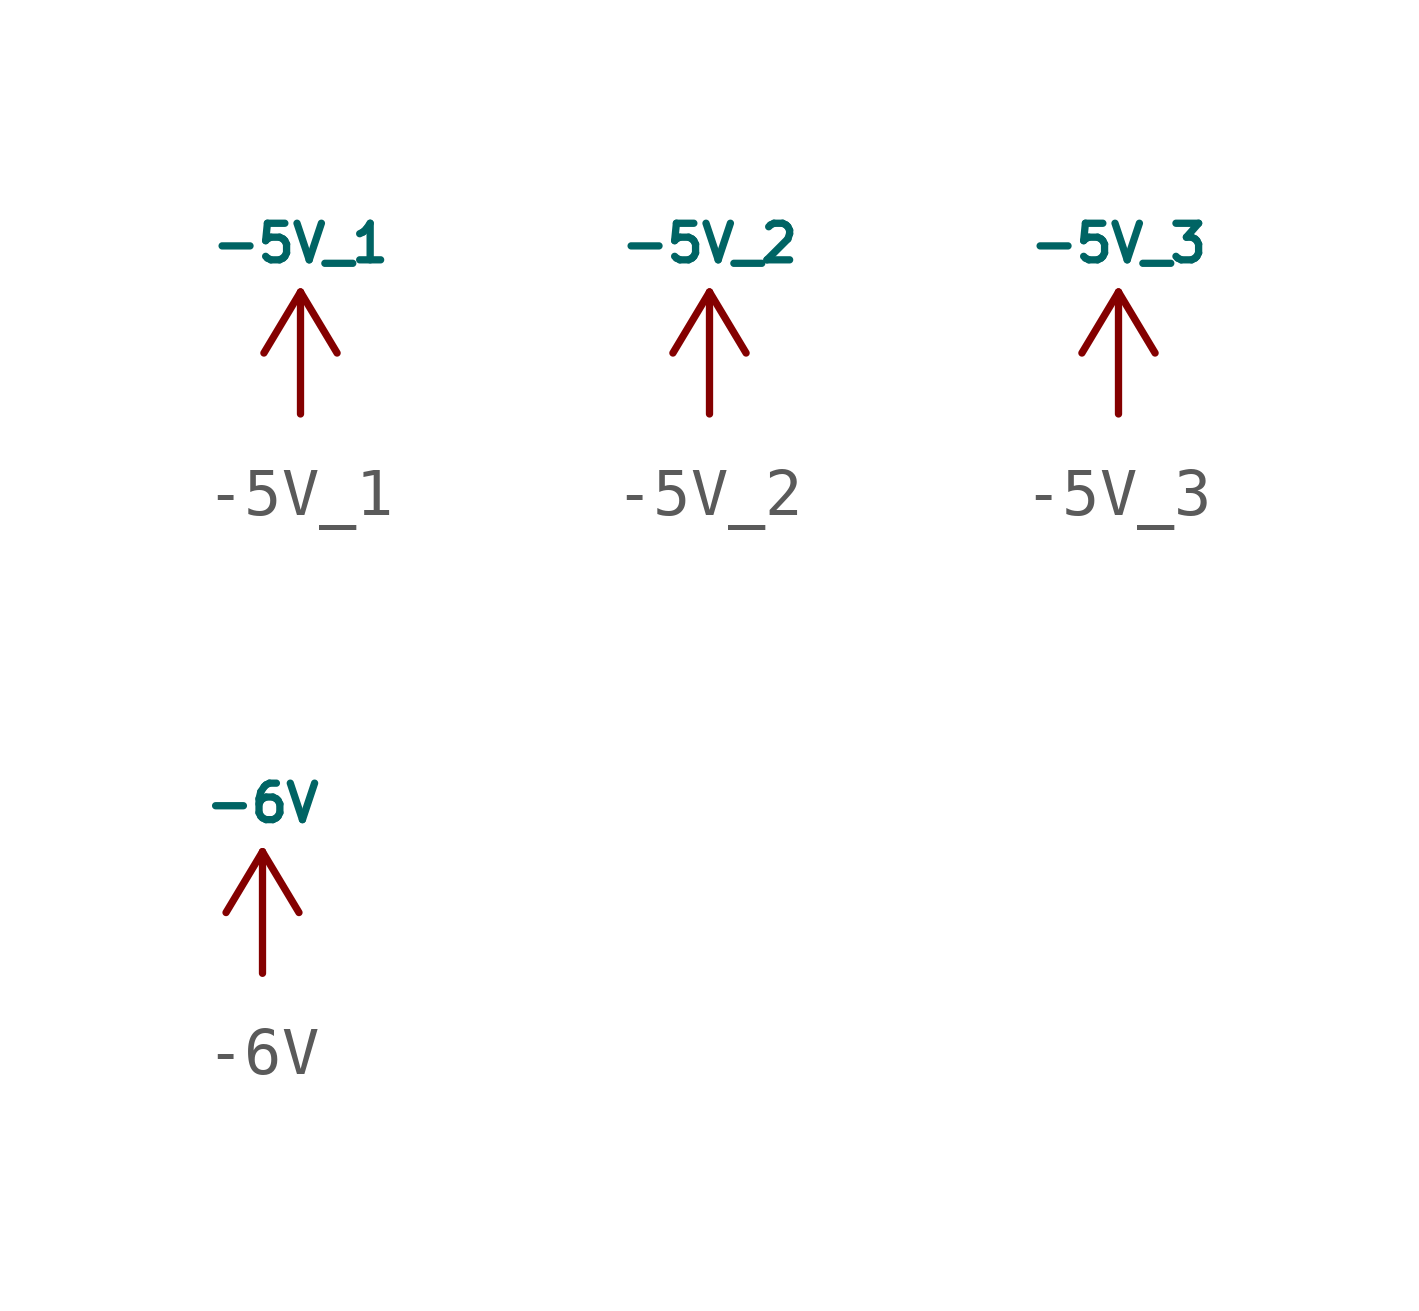
<source format=kicad_sym>
(kicad_symbol_lib
  (version 20210619)
  (generator kicad_symbol_editor)
  (symbol "Bobs_Power_Ports:-5V_1"
    (power)
    (pin_names
      (offset 0))
    (property "Reference" "#PWR"
      (at 0 -3.81 0)
      (effects (font (size 1.27 1.27)) hide))
    (property "Value" "-5V_1"
      (at 0 3.556 0)
      (effects (font (size 0.762 0.762))))
    (symbol "-5V_1_0_1"
      (polyline (pts (xy -0.762 1.27) (xy 0 2.54)) (stroke (width 0)) (fill (type none)))
      (polyline (pts (xy 0 0) (xy 0 2.54)) (stroke (width 0)) (fill (type none)))
      (polyline (pts (xy 0 2.54) (xy 0.762 1.27)) (stroke (width 0)) (fill (type none))))
    (symbol "-5V_1_1_1"
      (pin power_in line (at 0 0 90) (length 0) hide (name "-5V_1" (effects (font (size 0.762 0.762)))) (number "1" (effects (font (size 0.762 0.762)))))))
  (symbol "Bobs_Power_Ports:-5V_2"
    (power)
    (pin_names
      (offset 0))
    (property "Reference" "#PWR"
      (at 0 -3.81 0)
      (effects (font (size 1.27 1.27)) hide))
    (property "Value" "-5V_2"
      (at 0 3.556 0)
      (effects (font (size 0.762 0.762))))
    (symbol "-5V_2_0_1"
      (polyline (pts (xy -0.762 1.27) (xy 0 2.54)) (stroke (width 0)) (fill (type none)))
      (polyline (pts (xy 0 0) (xy 0 2.54)) (stroke (width 0)) (fill (type none)))
      (polyline (pts (xy 0 2.54) (xy 0.762 1.27)) (stroke (width 0)) (fill (type none))))
    (symbol "-5V_2_1_1"
      (pin power_in line (at 0 0 90) (length 0) hide (name "-5V_2" (effects (font (size 0.762 0.762)))) (number "1" (effects (font (size 0.762 0.762)))))))
  (symbol "Bobs_Power_Ports:-5V_3"
    (power)
    (pin_names
      (offset 0))
    (property "Reference" "#PWR"
      (at 0 -3.81 0)
      (effects (font (size 1.27 1.27)) hide))
    (property "Value" "-5V_3"
      (at 0 3.556 0)
      (effects (font (size 0.762 0.762))))
    (symbol "-5V_3_0_1"
      (polyline (pts (xy -0.762 1.27) (xy 0 2.54)) (stroke (width 0)) (fill (type none)))
      (polyline (pts (xy 0 0) (xy 0 2.54)) (stroke (width 0)) (fill (type none)))
      (polyline (pts (xy 0 2.54) (xy 0.762 1.27)) (stroke (width 0)) (fill (type none))))
    (symbol "-5V_3_1_1"
      (pin power_in line (at 0 0 90) (length 0) hide (name "-5V_3" (effects (font (size 0.762 0.762)))) (number "1" (effects (font (size 0.762 0.762)))))))
  (symbol "Bobs_Power_Ports:-6V"
    (power)
    (pin_names
      (offset 0))
    (property "Reference" "#PWR"
      (at 0 -3.81 0)
      (effects (font (size 1.27 1.27)) hide))
    (property "Value" "-6V"
      (at 0 3.556 0)
      (effects (font (size 0.762 0.762))))
    (symbol "-6V_0_1"
      (polyline (pts (xy -0.762 1.27) (xy 0 2.54)) (stroke (width 0)) (fill (type none)))
      (polyline (pts (xy 0 0) (xy 0 2.54)) (stroke (width 0)) (fill (type none)))
      (polyline (pts (xy 0 2.54) (xy 0.762 1.27)) (stroke (width 0)) (fill (type none))))
    (symbol "-6V_1_1"
      (pin power_in line (at 0 0 90) (length 0) hide (name "-6V" (effects (font (size 0.762 0.762)))) (number "1" (effects (font (size 0.762 0.762))))))))
</source>
